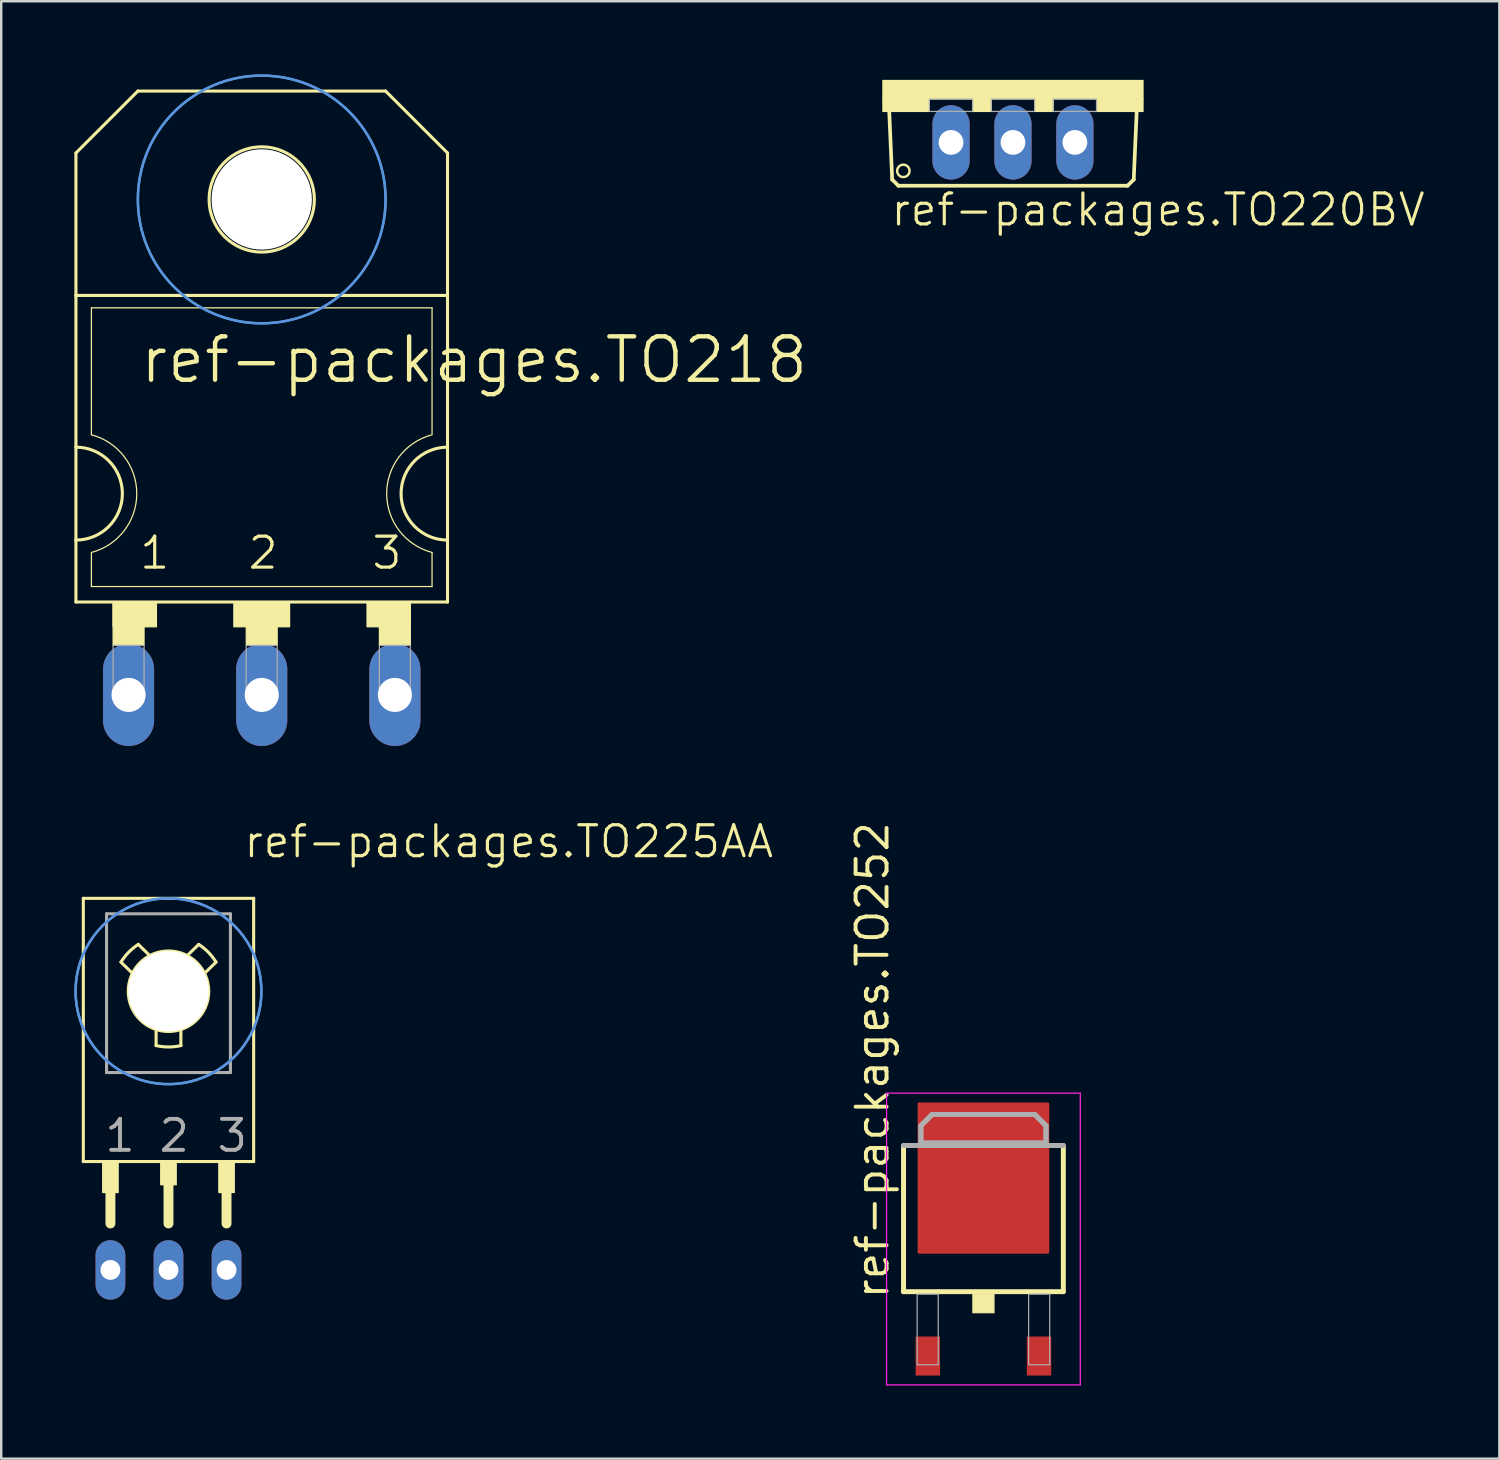
<source format=kicad_pcb>
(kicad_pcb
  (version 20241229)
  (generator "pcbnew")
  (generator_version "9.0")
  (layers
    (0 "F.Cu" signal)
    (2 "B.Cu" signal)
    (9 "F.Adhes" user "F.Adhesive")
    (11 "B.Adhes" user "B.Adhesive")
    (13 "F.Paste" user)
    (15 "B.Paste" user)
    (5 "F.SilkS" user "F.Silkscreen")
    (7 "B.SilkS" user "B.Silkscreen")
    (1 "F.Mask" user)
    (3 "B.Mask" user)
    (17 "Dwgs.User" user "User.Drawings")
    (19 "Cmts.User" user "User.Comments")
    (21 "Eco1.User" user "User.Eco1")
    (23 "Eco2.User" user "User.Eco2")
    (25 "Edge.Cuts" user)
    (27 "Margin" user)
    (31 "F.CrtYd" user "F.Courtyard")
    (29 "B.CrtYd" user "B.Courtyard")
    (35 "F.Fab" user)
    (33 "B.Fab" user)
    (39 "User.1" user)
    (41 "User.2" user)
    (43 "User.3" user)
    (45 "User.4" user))
  (footprint "ref-packages.TO225AA"
    (layer "F.Cu")
    (at 3.86 37.603)
    (property "Reference" "ref-packages.TO225AA" (at 3.016 -5.397 180) (layer "F.SilkS") (effects (font (size 1.27 1.27) (thickness 0.13)) (justify left bottom)))
    (attr through_hole)
    (fp_line (start -3.493 -3.81) (end 3.493 -3.81) (stroke (width 0.127) (type default)) (layer "F.SilkS"))
    (fp_line (start -3.493 6.985) (end -3.493 -3.81) (stroke (width 0.127) (type default)) (layer "F.SilkS"))
    (fp_line (start -3.493 6.985) (end 3.493 6.985) (stroke (width 0.127) (type default)) (layer "F.SilkS"))
    (fp_line (start -2.381 8.096) (end -2.381 9.525) (stroke (width 0.406) (type default)) (layer "F.SilkS"))
    (fp_line (start -1.479 -0.734) (end -1.949 -1.194) (stroke (width 0.127) (type default)) (layer "F.SilkS"))
    (fp_line (start -0.769 -1.461) (end -1.239 -1.921) (stroke (width 0.127) (type default)) (layer "F.SilkS"))
    (fp_line (start -0.508 1.571) (end -0.508 2.229) (stroke (width 0.127) (type default)) (layer "F.SilkS"))
    (fp_line (start 0 7.779) (end 0 9.525) (stroke (width 0.406) (type default)) (layer "F.SilkS"))
    (fp_line (start 0.508 1.571) (end 0.508 2.229) (stroke (width 0.127) (type default)) (layer "F.SilkS"))
    (fp_line (start 0.769 -1.461) (end 1.239 -1.921) (stroke (width 0.127) (type default)) (layer "F.SilkS"))
    (fp_line (start 1.479 -0.734) (end 1.949 -1.194) (stroke (width 0.127) (type default)) (layer "F.SilkS"))
    (fp_line (start 2.381 8.096) (end 2.381 9.525) (stroke (width 0.406) (type default)) (layer "F.SilkS"))
    (fp_line (start 3.493 -3.81) (end 3.493 6.985) (stroke (width 0.127) (type default)) (layer "F.SilkS"))
    (fp_rect (start -2.699 8.255) (end -2.064 6.985) (stroke (width 0.05) (type default)) (fill yes) (layer "F.SilkS"))
    (fp_rect (start -0.318 7.938) (end 0.318 6.985) (stroke (width 0.05) (type default)) (fill yes) (layer "F.SilkS"))
    (fp_rect (start 2.064 8.255) (end 2.699 6.985) (stroke (width 0.05) (type default)) (fill yes) (layer "F.SilkS"))
    (fp_arc (start -1.949 -1.194) (mid -1.634921 -1.597231) (end -1.2391 -1.9206) (stroke (width 0.127) (type default)) (layer "F.SilkS"))
    (fp_arc (start 0.508 2.229) (mid 0 2.286158) (end -0.508 2.229) (stroke (width 0.127) (type default)) (layer "F.SilkS"))
    (fp_arc (start 1.239 -1.921) (mid 1.63487 -1.597636) (end 1.949 -1.1944) (stroke (width 0.127) (type default)) (layer "F.SilkS"))
    (fp_circle (center 0 0) (end 1.651 0) (stroke (width 0.127) (type default)) (fill no) (layer "F.SilkS"))
    (fp_circle (center 0 0) (end 3.81 0) (stroke (width 0.1) (type default)) (fill no) (layer "Cmts.User"))
    (fp_circle (center 0 0) (end 3.81 0) (stroke (width 0.1) (type default)) (fill no) (layer "Cmts.User"))
    (fp_line (start -2.54 -3.175) (end -2.54 3.334) (stroke (width 0.127) (type default)) (layer "F.Fab"))
    (fp_line (start -2.54 3.334) (end 2.54 3.334) (stroke (width 0.127) (type default)) (layer "F.Fab"))
    (fp_line (start 2.54 -3.175) (end -2.54 -3.175) (stroke (width 0.127) (type default)) (layer "F.Fab"))
    (fp_line (start 2.54 3.334) (end 2.54 -3.175) (stroke (width 0.127) (type default)) (layer "F.Fab"))
    (fp_text user "2" (at -0.476 6.668 0) (layer "F.Fab") (effects (font (size 1.27 1.27) (thickness 0.16)) (justify left bottom)))
    (fp_text user "1" (at -2.699 6.668 0) (layer "F.Fab") (effects (font (size 1.27 1.27) (thickness 0.16)) (justify left bottom)))
    (fp_text user "3" (at 1.905 6.668 0) (layer "F.Fab") (effects (font (size 1.27 1.27) (thickness 0.16)) (justify left bottom)))
    (pad "" np_thru_hole circle (at 0 0) (size 3.302 3.302) (drill 3.302) (layers "*.Cu" "*.Mask"))
    (pad "1" thru_hole oval (at -2.381 11.43 90) (size 2.438 1.219) (drill 0.813) (layers "*.Cu" "*.Mask"))
    (pad "2" thru_hole oval (at 0 11.43 90) (size 2.438 1.219) (drill 0.813) (layers "*.Cu" "*.Mask"))
    (pad "3" thru_hole oval (at 2.381 11.43 90) (size 2.438 1.219) (drill 0.813) (layers "*.Cu" "*.Mask")))
  (footprint "ref-packages.TO252"
    (layer "F.Cu")
    (at 37.283 47.765)
    (property "Reference" "ref-packages.TO252" (at -3.81 2.54 90) (layer "F.SilkS") (effects (font (size 1.27 1.27) (thickness 0.16)) (justify left bottom)))
    (attr smd)
    (fp_line (start -3.277 2.159) (end -3.277 -3.835) (stroke (width 0.203) (type default)) (layer "F.SilkS"))
    (fp_line (start 3.277 -3.835) (end 3.277 2.159) (stroke (width 0.203) (type default)) (layer "F.SilkS"))
    (fp_line (start 3.277 2.159) (end -3.277 2.159) (stroke (width 0.203) (type default)) (layer "F.SilkS"))
    (fp_rect (start -0.432 3.023) (end 0.432 2.261) (stroke (width 0.05) (type default)) (fill yes) (layer "F.SilkS"))
    (fp_line (start -3.973 -5.983) (end 3.973 -5.983) (stroke (width 0.051) (type default)) (layer "F.CrtYd"))
    (fp_line (start -3.973 5.983) (end -3.973 -5.983) (stroke (width 0.051) (type default)) (layer "F.CrtYd"))
    (fp_line (start 3.973 -5.983) (end 3.973 5.983) (stroke (width 0.051) (type default)) (layer "F.CrtYd"))
    (fp_line (start 3.973 5.983) (end -3.973 5.983) (stroke (width 0.051) (type default)) (layer "F.CrtYd"))
    (fp_line (start -3.277 -3.835) (end 3.277 -3.835) (stroke (width 0.203) (type default)) (layer "F.Fab"))
    (fp_line (start -2.565 -4.648) (end -2.108 -5.105) (stroke (width 0.203) (type default)) (layer "F.Fab"))
    (fp_line (start -2.565 -3.937) (end -2.565 -4.648) (stroke (width 0.203) (type default)) (layer "F.Fab"))
    (fp_line (start -2.108 -5.105) (end 2.108 -5.105) (stroke (width 0.203) (type default)) (layer "F.Fab"))
    (fp_line (start 2.108 -5.105) (end 2.565 -4.648) (stroke (width 0.203) (type default)) (layer "F.Fab"))
    (fp_line (start 2.565 -4.648) (end 2.565 -3.937) (stroke (width 0.203) (type default)) (layer "F.Fab"))
    (fp_line (start 2.565 -3.937) (end -2.565 -3.937) (stroke (width 0.203) (type default)) (layer "F.Fab"))
    (fp_rect (start -2.718 5.156) (end -1.854 2.261) (stroke (width 0.05) (type default)) (fill no) (layer "F.Fab"))
    (fp_rect (start 1.854 5.156) (end 2.718 2.261) (stroke (width 0.05) (type default)) (fill no) (layer "F.Fab"))
    (fp_poly (pts (xy -2.565 -3.937) (xy -2.565 -4.648) (xy -2.108 -5.105) (xy 2.108 -5.105) (xy 2.565 -4.648) (xy 2.565 -3.937)) (stroke (width 0.2) (type default)) (fill no) (layer "F.Fab"))
    (pad "1" smd roundrect (at -2.28 4.8) (size 1 1.6) (layers "F.Cu" "F.Mask" "F.Paste") (roundrect_rratio 0.01))
    (pad "2" smd roundrect (at 2.28 4.8) (size 1 1.6) (layers "F.Cu" "F.Mask" "F.Paste") (roundrect_rratio 0.01))
    (pad "3" smd roundrect (at 0 -2.5) (size 5.4 6.2) (layers "F.Cu" "F.Mask" "F.Paste") (roundrect_rratio 0.01)))
  (footprint "ref-packages.TO220BV"
    (layer "F.Cu")
    (at 38.494 0.25)
    (property "Reference" "ref-packages.TO220BV" (at -5.08 6.045 0) (layer "F.SilkS") (effects (font (size 1.27 1.27) (thickness 0.13)) (justify left bottom)))
    (attr through_hole)
    (fp_line (start -4.953 4.064) (end -5.08 1.143) (stroke (width 0.152) (type default)) (layer "F.SilkS"))
    (fp_line (start -4.953 4.064) (end -4.699 4.318) (stroke (width 0.152) (type default)) (layer "F.SilkS"))
    (fp_line (start 4.699 4.318) (end -4.699 4.318) (stroke (width 0.152) (type default)) (layer "F.SilkS"))
    (fp_line (start 4.699 4.318) (end 4.953 4.064) (stroke (width 0.152) (type default)) (layer "F.SilkS"))
    (fp_line (start 5.08 1.143) (end 4.953 4.064) (stroke (width 0.152) (type default)) (layer "F.SilkS"))
    (fp_rect (start -5.334 0.762) (end 5.334 0) (stroke (width 0.05) (type default)) (fill yes) (layer "F.SilkS"))
    (fp_rect (start -5.334 1.27) (end -3.429 0.762) (stroke (width 0.05) (type default)) (fill yes) (layer "F.SilkS"))
    (fp_rect (start -1.651 1.27) (end -0.889 0.762) (stroke (width 0.05) (type default)) (fill yes) (layer "F.SilkS"))
    (fp_rect (start 0.889 1.27) (end 1.651 0.762) (stroke (width 0.05) (type default)) (fill yes) (layer "F.SilkS"))
    (fp_rect (start 3.429 1.27) (end 5.334 0.762) (stroke (width 0.05) (type default)) (fill yes) (layer "F.SilkS"))
    (fp_circle (center -4.496 3.708) (end -4.242 3.708) (stroke (width 0.1) (type default)) (fill no) (layer "F.SilkS"))
    (fp_rect (start -3.429 1.27) (end -1.651 0.762) (stroke (width 0.05) (type default)) (fill no) (layer "F.Fab"))
    (fp_rect (start -0.889 1.27) (end 0.889 0.762) (stroke (width 0.05) (type default)) (fill no) (layer "F.Fab"))
    (fp_rect (start 1.651 1.27) (end 3.429 0.762) (stroke (width 0.05) (type default)) (fill no) (layer "F.Fab"))
    (pad "G" thru_hole oval (at 2.54 2.54 90) (size 3.048 1.524) (drill 1.016) (layers "*.Cu" "*.Mask"))
    (pad "T1" thru_hole oval (at -2.54 2.54 90) (size 3.048 1.524) (drill 1.016) (layers "*.Cu" "*.Mask"))
    (pad "T2" thru_hole oval (at 0 2.54 90) (size 3.048 1.524) (drill 1.016) (layers "*.Cu" "*.Mask")))
  (footprint "ref-packages.TO218"
    (layer "F.Cu")
    (at 7.684 15.29)
    (property "Reference" "ref-packages.TO218" (at -5.08 -2.54 0) (layer "F.SilkS") (effects (font (size 1.778 1.778) (thickness 0.18)) (justify left bottom)))
    (attr through_hole)
    (fp_line (start -7.62 -12.065) (end -7.62 -6.223) (stroke (width 0.127) (type default)) (layer "F.SilkS"))
    (fp_line (start -7.62 -12.065) (end -5.08 -14.605) (stroke (width 0.127) (type default)) (layer "F.SilkS"))
    (fp_line (start -7.62 0) (end -7.62 -6.223) (stroke (width 0.127) (type default)) (layer "F.SilkS"))
    (fp_line (start -7.62 3.81) (end -7.62 0) (stroke (width 0.127) (type default)) (layer "F.SilkS"))
    (fp_line (start -7.62 6.35) (end -7.62 3.81) (stroke (width 0.127) (type default)) (layer "F.SilkS"))
    (fp_line (start -7.62 6.35) (end 7.62 6.35) (stroke (width 0.127) (type default)) (layer "F.SilkS"))
    (fp_line (start -6.985 -0.508) (end -6.985 -5.715) (stroke (width 0.051) (type default)) (layer "F.SilkS"))
    (fp_line (start -6.985 5.715) (end -6.985 4.318) (stroke (width 0.051) (type default)) (layer "F.SilkS"))
    (fp_line (start -6.985 5.715) (end 6.985 5.715) (stroke (width 0.051) (type default)) (layer "F.SilkS"))
    (fp_line (start 5.08 -14.605) (end -5.08 -14.605) (stroke (width 0.127) (type default)) (layer "F.SilkS"))
    (fp_line (start 6.985 -5.715) (end -6.985 -5.715) (stroke (width 0.051) (type default)) (layer "F.SilkS"))
    (fp_line (start 6.985 -0.508) (end 6.985 -5.715) (stroke (width 0.051) (type default)) (layer "F.SilkS"))
    (fp_line (start 6.985 5.715) (end 6.985 4.318) (stroke (width 0.051) (type default)) (layer "F.SilkS"))
    (fp_line (start 7.62 -12.065) (end 5.08 -14.605) (stroke (width 0.127) (type default)) (layer "F.SilkS"))
    (fp_line (start 7.62 -12.065) (end 7.62 -6.223) (stroke (width 0.127) (type default)) (layer "F.SilkS"))
    (fp_line (start 7.62 -6.223) (end -7.62 -6.223) (stroke (width 0.127) (type default)) (layer "F.SilkS"))
    (fp_line (start 7.62 -6.223) (end 7.62 0) (stroke (width 0.127) (type default)) (layer "F.SilkS"))
    (fp_line (start 7.62 0) (end 7.62 3.81) (stroke (width 0.127) (type default)) (layer "F.SilkS"))
    (fp_line (start 7.62 3.81) (end 7.62 6.35) (stroke (width 0.127) (type default)) (layer "F.SilkS"))
    (fp_rect (start -6.096 7.366) (end -4.318 6.35) (stroke (width 0.05) (type default)) (fill yes) (layer "F.SilkS"))
    (fp_rect (start -6.096 8.128) (end -4.826 6.35) (stroke (width 0.05) (type default)) (fill yes) (layer "F.SilkS"))
    (fp_rect (start -1.143 7.366) (end 1.143 6.35) (stroke (width 0.05) (type default)) (fill yes) (layer "F.SilkS"))
    (fp_rect (start -0.635 8.128) (end 0.635 6.35) (stroke (width 0.05) (type default)) (fill yes) (layer "F.SilkS"))
    (fp_rect (start 4.318 7.366) (end 6.096 6.35) (stroke (width 0.05) (type default)) (fill yes) (layer "F.SilkS"))
    (fp_rect (start 4.826 8.128) (end 6.096 6.35) (stroke (width 0.05) (type default)) (fill yes) (layer "F.SilkS"))
    (fp_arc (start -7.62 0) (mid -5.715 1.905) (end -7.62 3.81) (stroke (width 0.127) (type default)) (layer "F.SilkS"))
    (fp_arc (start -6.985 -0.508) (mid -5.124846 1.905) (end -6.985 4.318) (stroke (width 0.0508) (type default)) (layer "F.SilkS"))
    (fp_arc (start 6.9851 4.3178) (mid 5.125027 1.921942) (end 6.9522 -0.4991) (stroke (width 0.0508) (type default)) (layer "F.SilkS"))
    (fp_arc (start 7.62 3.81) (mid 5.715 1.905) (end 7.62 0) (stroke (width 0.127) (type default)) (layer "F.SilkS"))
    (fp_circle (center 0 -10.16) (end 2.159 -10.16) (stroke (width 0.127) (type default)) (fill no) (layer "F.SilkS"))
    (fp_circle (center 0 -10.16) (end 5.08 -10.16) (stroke (width 0.1) (type default)) (fill no) (layer "Cmts.User"))
    (fp_circle (center 0 -10.16) (end 5.08 -10.16) (stroke (width 0.1) (type default)) (fill no) (layer "Cmts.User"))
    (fp_rect (start -6.096 10.287) (end -4.826 8.128) (stroke (width 0.05) (type default)) (fill no) (layer "F.Fab"))
    (fp_rect (start -0.635 10.287) (end 0.635 8.128) (stroke (width 0.05) (type default)) (fill no) (layer "F.Fab"))
    (fp_rect (start 4.826 10.287) (end 6.096 8.128) (stroke (width 0.05) (type default)) (fill no) (layer "F.Fab"))
    (fp_text user "1" (at -5.08 5.08 0) (layer "F.SilkS") (effects (font (size 1.27 1.27) (thickness 0.13)) (justify left bottom)))
    (fp_text user "3" (at 4.445 5.08 0) (layer "F.SilkS") (effects (font (size 1.27 1.27) (thickness 0.13)) (justify left bottom)))
    (fp_text user "2" (at -0.635 5.08 0) (layer "F.SilkS") (effects (font (size 1.27 1.27) (thickness 0.13)) (justify left bottom)))
    (pad "" np_thru_hole circle (at 0 -10.16) (size 4.115 4.115) (drill 4.115) (layers "*.Cu" "*.Mask"))
    (pad "1" thru_hole oval (at -5.461 10.16 90) (size 4.191 2.095) (drill 1.397) (layers "*.Cu" "*.Mask"))
    (pad "2" thru_hole oval (at 0 10.16 90) (size 4.191 2.095) (drill 1.397) (layers "*.Cu" "*.Mask"))
    (pad "3" thru_hole oval (at 5.461 10.16 90) (size 4.191 2.095) (drill 1.397) (layers "*.Cu" "*.Mask")))
  (gr_rect
    (start -3 -3)
    (end 58.443 56.774)
    (stroke (width 0.1) (type default))
    (fill no)
    (layer "Edge.Cuts")))
</source>
